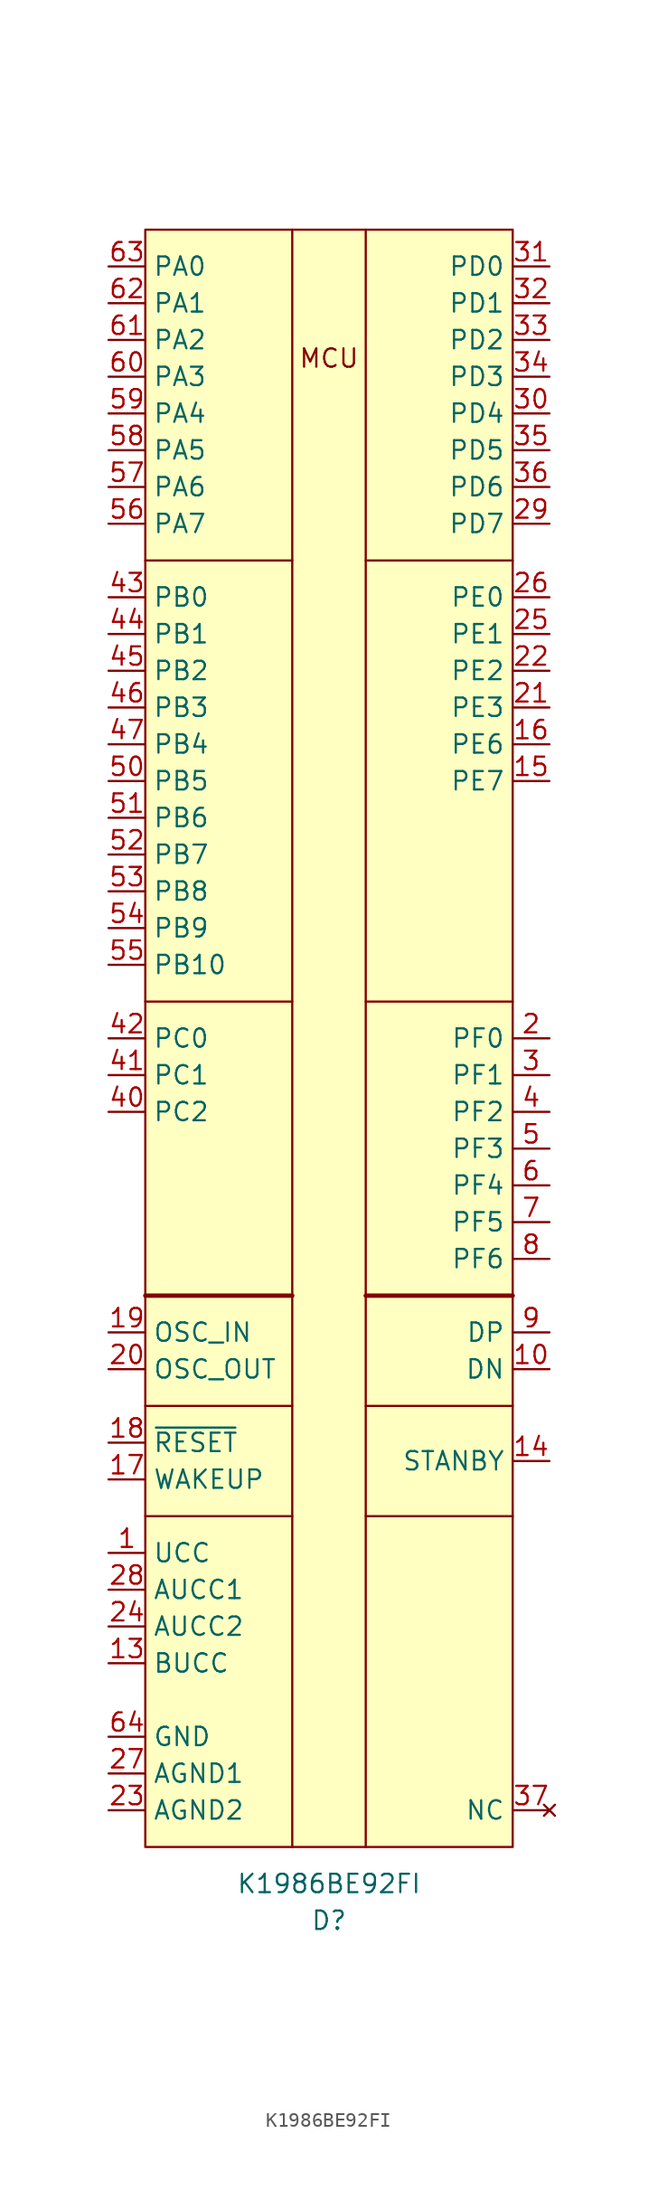
<source format=kicad_sym>
(kicad_symbol_lib
  (version 20231120)
  (generator "kicad_symbol_editor")
  (generator_version "8.0")
  (symbol "K1986BE92FI"
    (property "Reference" "D"
      (at 0 -60.96 0)
      (effects (font (size 1.27 1.27))))
    (property "Value" "K1986BE92FI"
      (at 0 -58.42 0)
      (effects (font (size 1.27 1.27))))
    (symbol "K1986BE92FI_0_0"
      (text "MCU" (at 0 46.99 0) (effects (font (size 1.27 1.27)))))
    (symbol "K1986BE92FI_0_1"
      (rectangle (start -12.7 55.88) (end 12.7 -55.88) (stroke (width 0.152) (type default)) (fill (type background)))
      (polyline (pts (xy -12.7 -33.02) (xy -2.54 -33.02)) (stroke (width 0.152) (type default)) (fill (type none)))
      (polyline (pts (xy -12.7 -25.4) (xy -2.54 -25.4)) (stroke (width 0.152) (type default)) (fill (type none)))
      (polyline (pts (xy -12.7 -17.78) (xy -2.54 -17.78)) (stroke (width 0.3) (type default)) (fill (type none)))
      (polyline (pts (xy -12.7 2.54) (xy -2.54 2.54)) (stroke (width 0.152) (type default)) (fill (type none)))
      (polyline (pts (xy -12.7 33.02) (xy -2.54 33.02)) (stroke (width 0.152) (type default)) (fill (type none)))
      (polyline (pts (xy -2.54 55.88) (xy -2.54 -55.88)) (stroke (width 0.152) (type default)) (fill (type none)))
      (polyline (pts (xy 2.54 -55.88) (xy 2.54 55.88)) (stroke (width 0.152) (type default)) (fill (type none)))
      (polyline (pts (xy 2.54 -33.02) (xy 12.7 -33.02)) (stroke (width 0.152) (type default)) (fill (type none)))
      (polyline (pts (xy 2.54 -25.4) (xy 12.7 -25.4)) (stroke (width 0.152) (type default)) (fill (type none)))
      (polyline (pts (xy 2.54 -17.78) (xy 12.7 -17.78)) (stroke (width 0.3) (type default)) (fill (type none)))
      (polyline (pts (xy 2.54 2.54) (xy 12.7 2.54)) (stroke (width 0.152) (type default)) (fill (type none)))
      (polyline (pts (xy 2.54 33.02) (xy 12.7 33.02)) (stroke (width 0.152) (type default)) (fill (type none))))
    (symbol "K1986BE92FI_1_1"
      (pin power_in line (at -15.24 -35.56 0) (length 2.54) (name "UCC" (effects (font (size 1.27 1.27)))) (number "1" (effects (font (size 1.27 1.27)))))
      (pin input line (at 15.24 -22.86 180) (length 2.54) (name "DN" (effects (font (size 1.27 1.27)))) (number "10" (effects (font (size 1.27 1.27)))))
      (pin power_in line (at -15.24 -48.26 0) (length 2.54) hide (name "GND" (effects (font (size 1.27 1.27)))) (number "11" (effects (font (size 1.27 1.27)))))
      (pin power_in line (at -15.24 -35.56 0) (length 2.54) hide (name "UCC" (effects (font (size 1.27 1.27)))) (number "12" (effects (font (size 1.27 1.27)))))
      (pin power_in line (at -15.24 -43.18 0) (length 2.54) (name "BUCC" (effects (font (size 1.27 1.27)))) (number "13" (effects (font (size 1.27 1.27)))))
      (pin input line (at 15.24 -29.21 180) (length 2.54) (name "STANBY" (effects (font (size 1.27 1.27)))) (number "14" (effects (font (size 1.27 1.27)))))
      (pin bidirectional line (at 15.24 17.78 180) (length 2.54) (name "PE7" (effects (font (size 1.27 1.27)))) (number "15" (effects (font (size 1.27 1.27)))))
      (pin bidirectional line (at 15.24 20.32 180) (length 2.54) (name "PE6" (effects (font (size 1.27 1.27)))) (number "16" (effects (font (size 1.27 1.27)))))
      (pin input line (at -15.24 -30.48 0) (length 2.54) (name "WAKEUP" (effects (font (size 1.27 1.27)))) (number "17" (effects (font (size 1.27 1.27)))))
      (pin input line (at -15.24 -27.94 0) (length 2.54) (name "~{RESET}" (effects (font (size 1.27 1.27)))) (number "18" (effects (font (size 1.27 1.27)))))
      (pin input line (at -15.24 -20.32 0) (length 2.54) (name "OSC_IN" (effects (font (size 1.27 1.27)))) (number "19" (effects (font (size 1.27 1.27)))))
      (pin bidirectional line (at 15.24 0 180) (length 2.54) (name "PF0" (effects (font (size 1.27 1.27)))) (number "2" (effects (font (size 1.27 1.27)))))
      (pin output line (at -15.24 -22.86 0) (length 2.54) (name "OSC_OUT" (effects (font (size 1.27 1.27)))) (number "20" (effects (font (size 1.27 1.27)))))
      (pin bidirectional line (at 15.24 22.86 180) (length 2.54) (name "PE3" (effects (font (size 1.27 1.27)))) (number "21" (effects (font (size 1.27 1.27)))))
      (pin bidirectional line (at 15.24 25.4 180) (length 2.54) (name "PE2" (effects (font (size 1.27 1.27)))) (number "22" (effects (font (size 1.27 1.27)))))
      (pin power_in line (at -15.24 -53.34 0) (length 2.54) (name "AGND2" (effects (font (size 1.27 1.27)))) (number "23" (effects (font (size 1.27 1.27)))))
      (pin power_in line (at -15.24 -40.64 0) (length 2.54) (name "AUCC2" (effects (font (size 1.27 1.27)))) (number "24" (effects (font (size 1.27 1.27)))))
      (pin bidirectional line (at 15.24 27.94 180) (length 2.54) (name "PE1" (effects (font (size 1.27 1.27)))) (number "25" (effects (font (size 1.27 1.27)))))
      (pin bidirectional line (at 15.24 30.48 180) (length 2.54) (name "PE0" (effects (font (size 1.27 1.27)))) (number "26" (effects (font (size 1.27 1.27)))))
      (pin power_in line (at -15.24 -50.8 0) (length 2.54) (name "AGND1" (effects (font (size 1.27 1.27)))) (number "27" (effects (font (size 1.27 1.27)))))
      (pin power_in line (at -15.24 -38.1 0) (length 2.54) (name "AUCC1" (effects (font (size 1.27 1.27)))) (number "28" (effects (font (size 1.27 1.27)))))
      (pin bidirectional line (at 15.24 35.56 180) (length 2.54) (name "PD7" (effects (font (size 1.27 1.27)))) (number "29" (effects (font (size 1.27 1.27)))))
      (pin bidirectional line (at 15.24 -2.54 180) (length 2.54) (name "PF1" (effects (font (size 1.27 1.27)))) (number "3" (effects (font (size 1.27 1.27)))))
      (pin bidirectional line (at 15.24 43.18 180) (length 2.54) (name "PD4" (effects (font (size 1.27 1.27)))) (number "30" (effects (font (size 1.27 1.27)))))
      (pin bidirectional line (at 15.24 53.34 180) (length 2.54) (name "PD0" (effects (font (size 1.27 1.27)))) (number "31" (effects (font (size 1.27 1.27)))))
      (pin bidirectional line (at 15.24 50.8 180) (length 2.54) (name "PD1" (effects (font (size 1.27 1.27)))) (number "32" (effects (font (size 1.27 1.27)))))
      (pin bidirectional line (at 15.24 48.26 180) (length 2.54) (name "PD2" (effects (font (size 1.27 1.27)))) (number "33" (effects (font (size 1.27 1.27)))))
      (pin bidirectional line (at 15.24 45.72 180) (length 2.54) (name "PD3" (effects (font (size 1.27 1.27)))) (number "34" (effects (font (size 1.27 1.27)))))
      (pin bidirectional line (at 15.24 40.64 180) (length 2.54) (name "PD5" (effects (font (size 1.27 1.27)))) (number "35" (effects (font (size 1.27 1.27)))))
      (pin bidirectional line (at 15.24 38.1 180) (length 2.54) (name "PD6" (effects (font (size 1.27 1.27)))) (number "36" (effects (font (size 1.27 1.27)))))
      (pin no_connect line (at 15.24 -53.34 180) (length 2.54) (name "NC" (effects (font (size 1.27 1.27)))) (number "37" (effects (font (size 1.27 1.27)))))
      (pin power_in line (at -15.24 -35.56 0) (length 2.54) hide (name "UCC" (effects (font (size 1.27 1.27)))) (number "38" (effects (font (size 1.27 1.27)))))
      (pin power_in line (at -15.24 -48.26 0) (length 2.54) hide (name "GND" (effects (font (size 1.27 1.27)))) (number "39" (effects (font (size 1.27 1.27)))))
      (pin bidirectional line (at 15.24 -5.08 180) (length 2.54) (name "PF2" (effects (font (size 1.27 1.27)))) (number "4" (effects (font (size 1.27 1.27)))))
      (pin bidirectional line (at -15.24 -5.08 0) (length 2.54) (name "PC2" (effects (font (size 1.27 1.27)))) (number "40" (effects (font (size 1.27 1.27)))))
      (pin bidirectional line (at -15.24 -2.54 0) (length 2.54) (name "PC1" (effects (font (size 1.27 1.27)))) (number "41" (effects (font (size 1.27 1.27)))))
      (pin bidirectional line (at -15.24 0 0) (length 2.54) (name "PC0" (effects (font (size 1.27 1.27)))) (number "42" (effects (font (size 1.27 1.27)))))
      (pin bidirectional line (at -15.24 30.48 0) (length 2.54) (name "PB0" (effects (font (size 1.27 1.27)))) (number "43" (effects (font (size 1.27 1.27)))))
      (pin bidirectional line (at -15.24 27.94 0) (length 2.54) (name "PB1" (effects (font (size 1.27 1.27)))) (number "44" (effects (font (size 1.27 1.27)))))
      (pin bidirectional line (at -15.24 25.4 0) (length 2.54) (name "PB2" (effects (font (size 1.27 1.27)))) (number "45" (effects (font (size 1.27 1.27)))))
      (pin bidirectional line (at -15.24 22.86 0) (length 2.54) (name "PB3" (effects (font (size 1.27 1.27)))) (number "46" (effects (font (size 1.27 1.27)))))
      (pin bidirectional line (at -15.24 20.32 0) (length 2.54) (name "PB4" (effects (font (size 1.27 1.27)))) (number "47" (effects (font (size 1.27 1.27)))))
      (pin power_in line (at -15.24 -35.56 0) (length 2.54) hide (name "UCC" (effects (font (size 1.27 1.27)))) (number "48" (effects (font (size 1.27 1.27)))))
      (pin power_in line (at -15.24 -48.26 0) (length 2.54) hide (name "GND" (effects (font (size 1.27 1.27)))) (number "49" (effects (font (size 1.27 1.27)))))
      (pin bidirectional line (at 15.24 -7.62 180) (length 2.54) (name "PF3" (effects (font (size 1.27 1.27)))) (number "5" (effects (font (size 1.27 1.27)))))
      (pin bidirectional line (at -15.24 17.78 0) (length 2.54) (name "PB5" (effects (font (size 1.27 1.27)))) (number "50" (effects (font (size 1.27 1.27)))))
      (pin bidirectional line (at -15.24 15.24 0) (length 2.54) (name "PB6" (effects (font (size 1.27 1.27)))) (number "51" (effects (font (size 1.27 1.27)))))
      (pin bidirectional line (at -15.24 12.7 0) (length 2.54) (name "PB7" (effects (font (size 1.27 1.27)))) (number "52" (effects (font (size 1.27 1.27)))))
      (pin bidirectional line (at -15.24 10.16 0) (length 2.54) (name "PB8" (effects (font (size 1.27 1.27)))) (number "53" (effects (font (size 1.27 1.27)))))
      (pin bidirectional line (at -15.24 7.62 0) (length 2.54) (name "PB9" (effects (font (size 1.27 1.27)))) (number "54" (effects (font (size 1.27 1.27)))))
      (pin bidirectional line (at -15.24 5.08 0) (length 2.54) (name "PB10" (effects (font (size 1.27 1.27)))) (number "55" (effects (font (size 1.27 1.27)))))
      (pin bidirectional line (at -15.24 35.56 0) (length 2.54) (name "PA7" (effects (font (size 1.27 1.27)))) (number "56" (effects (font (size 1.27 1.27)))))
      (pin bidirectional line (at -15.24 38.1 0) (length 2.54) (name "PA6" (effects (font (size 1.27 1.27)))) (number "57" (effects (font (size 1.27 1.27)))))
      (pin bidirectional line (at -15.24 40.64 0) (length 2.54) (name "PA5" (effects (font (size 1.27 1.27)))) (number "58" (effects (font (size 1.27 1.27)))))
      (pin bidirectional line (at -15.24 43.18 0) (length 2.54) (name "PA4" (effects (font (size 1.27 1.27)))) (number "59" (effects (font (size 1.27 1.27)))))
      (pin bidirectional line (at 15.24 -10.16 180) (length 2.54) (name "PF4" (effects (font (size 1.27 1.27)))) (number "6" (effects (font (size 1.27 1.27)))))
      (pin bidirectional line (at -15.24 45.72 0) (length 2.54) (name "PA3" (effects (font (size 1.27 1.27)))) (number "60" (effects (font (size 1.27 1.27)))))
      (pin bidirectional line (at -15.24 48.26 0) (length 2.54) (name "PA2" (effects (font (size 1.27 1.27)))) (number "61" (effects (font (size 1.27 1.27)))))
      (pin bidirectional line (at -15.24 50.8 0) (length 2.54) (name "PA1" (effects (font (size 1.27 1.27)))) (number "62" (effects (font (size 1.27 1.27)))))
      (pin bidirectional line (at -15.24 53.34 0) (length 2.54) (name "PA0" (effects (font (size 1.27 1.27)))) (number "63" (effects (font (size 1.27 1.27)))))
      (pin power_in line (at -15.24 -48.26 0) (length 2.54) (name "GND" (effects (font (size 1.27 1.27)))) (number "64" (effects (font (size 1.27 1.27)))))
      (pin bidirectional line (at 15.24 -12.7 180) (length 2.54) (name "PF5" (effects (font (size 1.27 1.27)))) (number "7" (effects (font (size 1.27 1.27)))))
      (pin bidirectional line (at 15.24 -15.24 180) (length 2.54) (name "PF6" (effects (font (size 1.27 1.27)))) (number "8" (effects (font (size 1.27 1.27)))))
      (pin input line (at 15.24 -20.32 180) (length 2.54) (name "DP" (effects (font (size 1.27 1.27)))) (number "9" (effects (font (size 1.27 1.27))))))))
</source>
